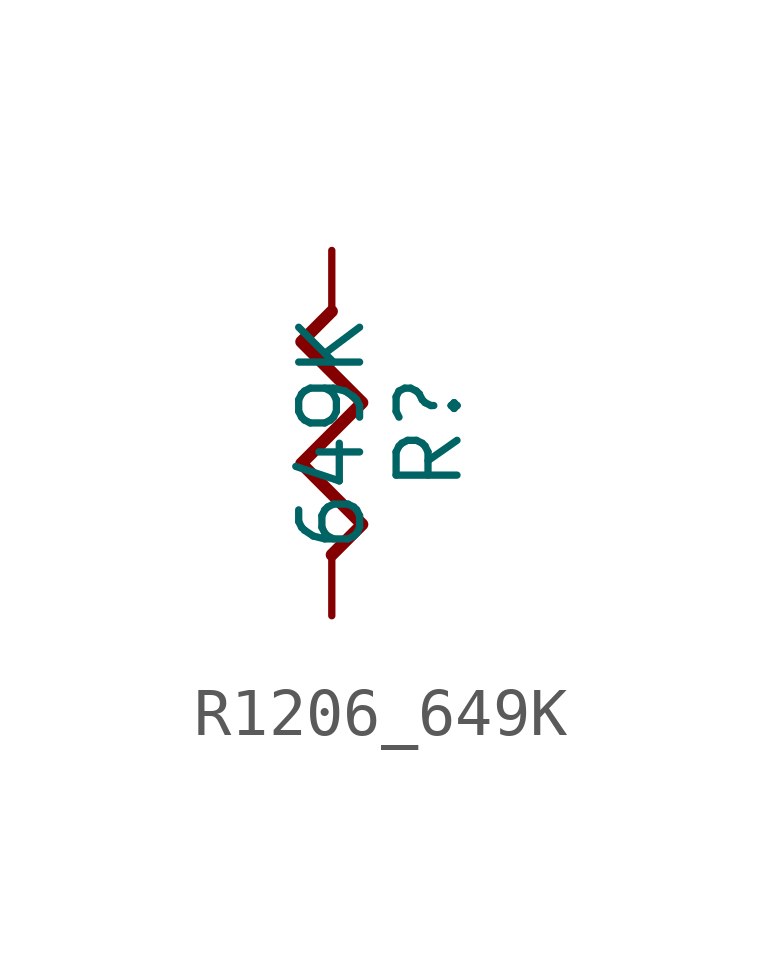
<source format=kicad_sym>
(kicad_symbol_lib
  (version 20211014)
  (generator atlantix-eda)
  (symbol "R1206_649K"
    (pin_numbers hide)
    (pin_names
      (offset 0))
    (property "Reference" "R"
      (at 2.032 0 90)
      (effects (font (size 1.27 1.27))))
    (property "Value" "649K"
      (at 0 0 90)
      (effects (font (size 1.27 1.27))))
    (symbol "R1206_649K_0_1"
      (polyline (pts (xy 0 -2.54) (xy 0.635 -1.905) (xy -0.635 -0.635) (xy 0.635 0.635) (xy -0.635 1.905) (xy 0 2.54)) (stroke (width 0.254) (type default) (color 0 0 0 0)) (fill (type none))))
    (symbol "R1206_649K_1_1"
      (pin passive line (at 0 3.81 270) (length 1.27) (name "~" (effects (font (size 1.27 1.27)))) (number "1" (effects (font (size 1.27 1.27)))))
      (pin passive line (at 0 -3.81 90) (length 1.27) (name "~" (effects (font (size 1.27 1.27)))) (number "2" (effects (font (size 1.27 1.27))))))))
</source>
